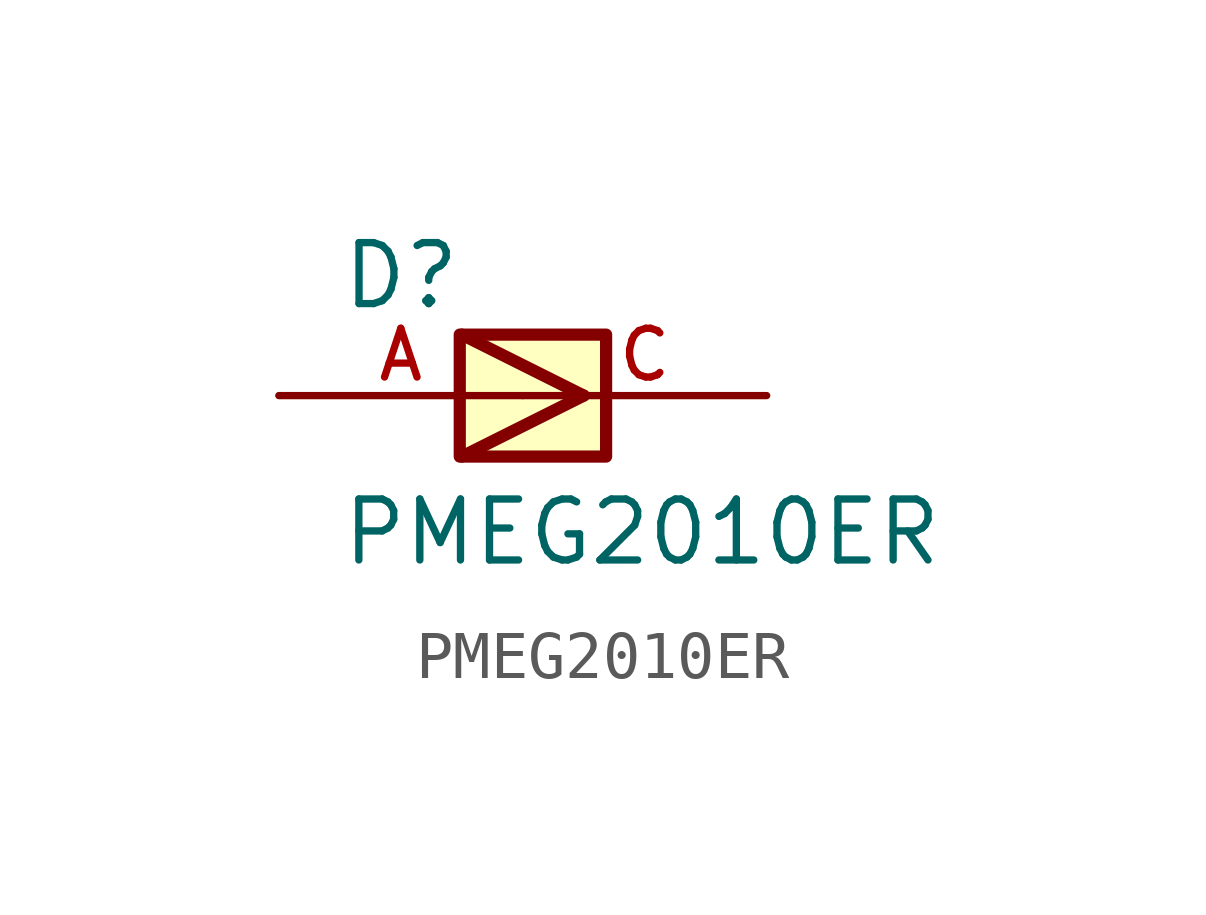
<source format=kicad_sym>
(kicad_symbol_lib
  (version 20211014)
  (generator kicad_symbol_editor)
  (symbol "PMEG2010ER"
    (pin_names
      (offset 1.016))
    (property "Reference" "D"
      (at -3.812 1.753 0)
      (effects (font (size 1.27 1.27)) (justify bottom left)))
    (property "Value" "PMEG2010ER"
      (at -3.816 -3.587 0)
      (effects (font (size 1.27 1.27)) (justify bottom left)))
    (symbol "PMEG2010ER_0_0"
      (polyline (pts (xy -1.27 -1.27) (xy 1.27 0.0)) (stroke (width 0.254)))
      (polyline (pts (xy 1.27 0.0) (xy -1.27 1.27)) (stroke (width 0.254)))
      (rectangle (start -1.312 -1.27) (end 1.736 1.27) (stroke (width 0.254)) (fill (type background)))
      (pin passive line (at -5.08 0.0 0) (length 5.08) (name "~" (effects (font (size 1.016 1.016)))) (number "A" (effects (font (size 1.016 1.016)))))
      (pin passive line (at 5.08 0.0 180.0) (length 5.08) (name "~" (effects (font (size 1.016 1.016)))) (number "C" (effects (font (size 1.016 1.016))))))))
</source>
